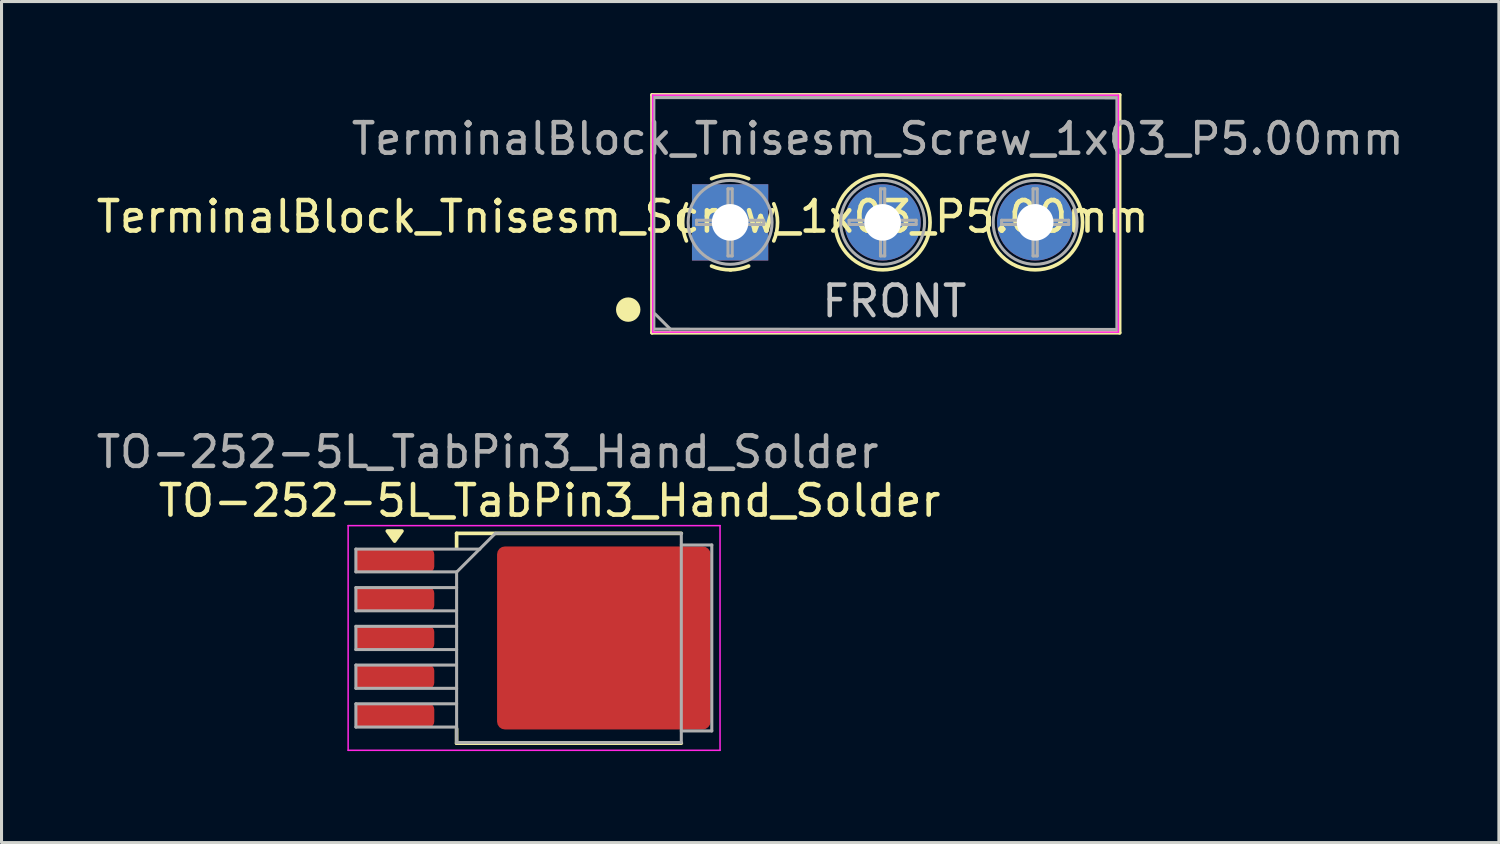
<source format=kicad_pcb>
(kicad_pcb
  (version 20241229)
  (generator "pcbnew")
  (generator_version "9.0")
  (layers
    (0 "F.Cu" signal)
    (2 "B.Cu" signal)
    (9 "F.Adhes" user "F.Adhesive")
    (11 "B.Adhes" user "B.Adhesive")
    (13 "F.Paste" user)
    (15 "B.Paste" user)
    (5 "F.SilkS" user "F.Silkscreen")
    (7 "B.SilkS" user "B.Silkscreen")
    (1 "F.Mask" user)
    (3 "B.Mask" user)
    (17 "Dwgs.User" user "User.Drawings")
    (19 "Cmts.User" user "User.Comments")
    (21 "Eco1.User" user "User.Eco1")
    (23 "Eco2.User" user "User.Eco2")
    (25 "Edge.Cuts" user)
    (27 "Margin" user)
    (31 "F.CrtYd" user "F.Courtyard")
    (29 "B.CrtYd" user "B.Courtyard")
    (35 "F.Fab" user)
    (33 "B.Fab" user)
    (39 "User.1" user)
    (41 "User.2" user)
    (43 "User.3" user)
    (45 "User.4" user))
  (footprint "TerminalBlock_Tnisesm_Screw_1x03_P5.00mm"
    (layer "F.Cu")
    (at 20.885 4.24)
    (property "Reference" "TerminalBlock_Tnisesm_Screw_1x03_P5.00mm" (at -3.522 -0.187 180) (layer "F.SilkS") (effects (font (size 1 1) (thickness 0.15))))
    (attr through_hole)
    (fp_line (start -2.56 -4.18) (end -2.56 3.62) (stroke (width 0.12) (type solid)) (layer "F.SilkS"))
    (fp_line (start -2.56 -4.18) (end 12.77 -4.18) (stroke (width 0.12) (type solid)) (layer "F.SilkS"))
    (fp_line (start -2.56 3.62) (end 12.77 3.62) (stroke (width 0.12) (type solid)) (layer "F.SilkS"))
    (fp_line (start 12.77 -4.18) (end 12.77 3.62) (stroke (width 0.12) (type solid)) (layer "F.SilkS"))
    (fp_arc (start -1.432108 0.607742) (mid -1.555724 -0.00014) (end -1.432 -0.608) (stroke (width 0.12) (type solid)) (layer "F.SilkS"))
    (fp_arc (start -0.607742 -1.432108) (mid 0.00014 -1.555726) (end 0.608 -1.432) (stroke (width 0.12) (type solid)) (layer "F.SilkS"))
    (fp_arc (start 0.027011 1.555493) (mid -0.296984 1.527118) (end -0.608 1.432) (stroke (width 0.12) (type solid)) (layer "F.SilkS"))
    (fp_arc (start 0.607587 1.431385) (mid 0.310017 1.523783) (end 0 1.555) (stroke (width 0.12) (type solid)) (layer "F.SilkS"))
    (fp_arc (start 1.432108 -0.607742) (mid 1.555726 0.00014) (end 1.432 0.608) (stroke (width 0.12) (type solid)) (layer "F.SilkS"))
    (fp_circle (center -3.34 2.86) (end -3.14 2.86) (stroke (width 0.4) (type solid)) (fill no) (layer "F.SilkS"))
    (fp_circle (center 5 0) (end 6.555 0) (stroke (width 0.12) (type solid)) (fill no) (layer "F.SilkS"))
    (fp_circle (center 10 0) (end 11.555 0) (stroke (width 0.12) (type solid)) (fill no) (layer "F.SilkS"))
    (fp_line (start -2.54 -4.17) (end -2.54 3.6) (stroke (width 0.05) (type solid)) (layer "F.CrtYd"))
    (fp_line (start -2.54 3.6) (end 12.73 3.6) (stroke (width 0.05) (type solid)) (layer "F.CrtYd"))
    (fp_line (start 12.73 -4.17) (end -2.54 -4.17) (stroke (width 0.05) (type solid)) (layer "F.CrtYd"))
    (fp_line (start 12.73 3.6) (end 12.73 -4.17) (stroke (width 0.05) (type solid)) (layer "F.CrtYd"))
    (fp_line (start -2.5 -4.09) (end 12.68 -4.08) (stroke (width 0.1) (type solid)) (layer "F.Fab"))
    (fp_line (start -2.5 3.5) (end -2.5 -4.09) (stroke (width 0.1) (type solid)) (layer "F.Fab"))
    (fp_line (start -2.5 3.5) (end 12.68 3.51) (stroke (width 0.1) (type solid)) (layer "F.Fab"))
    (fp_line (start -1.96 3.5) (end -2.46 3) (stroke (width 0.1) (type solid)) (layer "F.Fab"))
    (fp_line (start -1.1 -0.069) (end -0.069 -0.069) (stroke (width 0.1) (type solid)) (layer "F.Fab"))
    (fp_line (start -1.1 0.069) (end -1.1 -0.069) (stroke (width 0.1) (type solid)) (layer "F.Fab"))
    (fp_line (start -0.069 -1.1) (end 0.069 -1.1) (stroke (width 0.1) (type solid)) (layer "F.Fab"))
    (fp_line (start -0.069 -0.069) (end -0.069 -1.1) (stroke (width 0.1) (type solid)) (layer "F.Fab"))
    (fp_line (start -0.069 0.069) (end -1.1 0.069) (stroke (width 0.1) (type solid)) (layer "F.Fab"))
    (fp_line (start -0.069 1.1) (end -0.069 0.069) (stroke (width 0.1) (type solid)) (layer "F.Fab"))
    (fp_line (start 0.069 -1.1) (end 0.069 -0.069) (stroke (width 0.1) (type solid)) (layer "F.Fab"))
    (fp_line (start 0.069 -0.069) (end 1.1 -0.069) (stroke (width 0.1) (type solid)) (layer "F.Fab"))
    (fp_line (start 0.069 0.069) (end 0.069 1.1) (stroke (width 0.1) (type solid)) (layer "F.Fab"))
    (fp_line (start 0.069 1.1) (end -0.069 1.1) (stroke (width 0.1) (type solid)) (layer "F.Fab"))
    (fp_line (start 1.1 -0.069) (end 1.1 0.069) (stroke (width 0.1) (type solid)) (layer "F.Fab"))
    (fp_line (start 1.1 0.069) (end 0.069 0.069) (stroke (width 0.1) (type solid)) (layer "F.Fab"))
    (fp_line (start 3.9 -0.069) (end 4.931 -0.069) (stroke (width 0.1) (type solid)) (layer "F.Fab"))
    (fp_line (start 3.9 0.069) (end 3.9 -0.069) (stroke (width 0.1) (type solid)) (layer "F.Fab"))
    (fp_line (start 4.931 -1.1) (end 5.069 -1.1) (stroke (width 0.1) (type solid)) (layer "F.Fab"))
    (fp_line (start 4.931 -0.069) (end 4.931 -1.1) (stroke (width 0.1) (type solid)) (layer "F.Fab"))
    (fp_line (start 4.931 0.069) (end 3.9 0.069) (stroke (width 0.1) (type solid)) (layer "F.Fab"))
    (fp_line (start 4.931 1.1) (end 4.931 0.069) (stroke (width 0.1) (type solid)) (layer "F.Fab"))
    (fp_line (start 5.069 -1.1) (end 5.069 -0.069) (stroke (width 0.1) (type solid)) (layer "F.Fab"))
    (fp_line (start 5.069 -0.069) (end 6.1 -0.069) (stroke (width 0.1) (type solid)) (layer "F.Fab"))
    (fp_line (start 5.069 0.069) (end 5.069 1.1) (stroke (width 0.1) (type solid)) (layer "F.Fab"))
    (fp_line (start 5.069 1.1) (end 4.931 1.1) (stroke (width 0.1) (type solid)) (layer "F.Fab"))
    (fp_line (start 6.1 -0.069) (end 6.1 0.069) (stroke (width 0.1) (type solid)) (layer "F.Fab"))
    (fp_line (start 6.1 0.069) (end 5.069 0.069) (stroke (width 0.1) (type solid)) (layer "F.Fab"))
    (fp_line (start 8.9 -0.069) (end 9.931 -0.069) (stroke (width 0.1) (type solid)) (layer "F.Fab"))
    (fp_line (start 8.9 0.069) (end 8.9 -0.069) (stroke (width 0.1) (type solid)) (layer "F.Fab"))
    (fp_line (start 9.931 -1.1) (end 10.069 -1.1) (stroke (width 0.1) (type solid)) (layer "F.Fab"))
    (fp_line (start 9.931 -0.069) (end 9.931 -1.1) (stroke (width 0.1) (type solid)) (layer "F.Fab"))
    (fp_line (start 9.931 0.069) (end 8.9 0.069) (stroke (width 0.1) (type solid)) (layer "F.Fab"))
    (fp_line (start 9.931 1.1) (end 9.931 0.069) (stroke (width 0.1) (type solid)) (layer "F.Fab"))
    (fp_line (start 10.069 -1.1) (end 10.069 -0.069) (stroke (width 0.1) (type solid)) (layer "F.Fab"))
    (fp_line (start 10.069 -0.069) (end 11.1 -0.069) (stroke (width 0.1) (type solid)) (layer "F.Fab"))
    (fp_line (start 10.069 0.069) (end 10.069 1.1) (stroke (width 0.1) (type solid)) (layer "F.Fab"))
    (fp_line (start 10.069 1.1) (end 9.931 1.1) (stroke (width 0.1) (type solid)) (layer "F.Fab"))
    (fp_line (start 11.1 -0.069) (end 11.1 0.069) (stroke (width 0.1) (type solid)) (layer "F.Fab"))
    (fp_line (start 11.1 0.069) (end 10.069 0.069) (stroke (width 0.1) (type solid)) (layer "F.Fab"))
    (fp_line (start 12.68 -4.08) (end 12.68 3.51) (stroke (width 0.1) (type solid)) (layer "F.Fab"))
    (fp_circle (center 0 0) (end 1.375 0) (stroke (width 0.1) (type solid)) (fill no) (layer "F.Fab"))
    (fp_circle (center 5 0) (end 6.375 0) (stroke (width 0.1) (type solid)) (fill no) (layer "F.Fab"))
    (fp_circle (center 10 0) (end 11.375 0) (stroke (width 0.1) (type solid)) (fill no) (layer "F.Fab"))
    (fp_text user "FRONT" (at 2.93 3.17 0) (unlocked yes) (layer "Dwgs.User") (effects (font (size 1 1) (thickness 0.15)) (justify left bottom)))
    (fp_text user "${REFERENCE}" (at 4.84 -2.74 180) (layer "F.Fab") (effects (font (size 1 1) (thickness 0.15))))
    (pad "1" thru_hole rect (at 0 0) (size 2.5 2.5) (drill 1.2) (layers "*.Cu" "*.Mask"))
    (pad "2" thru_hole circle (at 5 0) (size 2.5 2.5) (drill 1.2) (layers "*.Cu" "*.Mask"))
    (pad "3" thru_hole circle (at 10 0) (size 2.5 2.5) (drill 1.2) (layers "*.Cu" "*.Mask")))
  (footprint "TO-252-5L_TabPin3_Hand_Solder"
    (layer "F.Cu")
    (at 14.967 17.864)
    (property "Reference" "TO-252-5L_TabPin3_Hand_Solder" (at 0 -4.5 0) (layer "F.SilkS") (effects (font (size 1 1) (thickness 0.15))))
    (attr smd)
    (fp_line (start -3.048 -3.429) (end -3.048 -2.959) (stroke (width 0.12) (type solid)) (layer "F.SilkS"))
    (fp_line (start -3.048 3.45) (end -3.048 2.98) (stroke (width 0.12) (type solid)) (layer "F.SilkS"))
    (fp_line (start 4.318 -3.429) (end -3.048 -3.429) (stroke (width 0.12) (type solid)) (layer "F.SilkS"))
    (fp_line (start 4.318 3.45) (end -3.048 3.45) (stroke (width 0.12) (type solid)) (layer "F.SilkS"))
    (fp_poly (pts (xy -5.08 -3.175) (xy -5.32 -3.505) (xy -4.84 -3.505) (xy -5.08 -3.175)) (stroke (width 0.12) (type solid)) (fill yes) (layer "F.SilkS"))
    (fp_line (start -6.604 -3.683) (end -6.604 3.683) (stroke (width 0.05) (type solid)) (layer "F.CrtYd"))
    (fp_line (start -6.604 3.683) (end 5.588 3.683) (stroke (width 0.05) (type solid)) (layer "F.CrtYd"))
    (fp_line (start 5.588 -3.683) (end -6.604 -3.683) (stroke (width 0.05) (type solid)) (layer "F.CrtYd"))
    (fp_line (start 5.588 3.683) (end 5.588 -3.683) (stroke (width 0.05) (type solid)) (layer "F.CrtYd"))
    (fp_line (start -6.35 -2.913) (end -6.35 -2.167) (stroke (width 0.1) (type solid)) (layer "F.Fab"))
    (fp_line (start -6.35 -2.913) (end -2.286 -2.913) (stroke (width 0.1) (type default)) (layer "F.Fab"))
    (fp_line (start -6.35 -2.167) (end -3.048 -2.167) (stroke (width 0.1) (type default)) (layer "F.Fab"))
    (fp_line (start -6.35 -1.651) (end -6.35 -0.889) (stroke (width 0.1) (type solid)) (layer "F.Fab"))
    (fp_line (start -6.35 -0.889) (end -3.048 -0.889) (stroke (width 0.1) (type solid)) (layer "F.Fab"))
    (fp_line (start -6.35 -0.381) (end -6.35 0.381) (stroke (width 0.1) (type solid)) (layer "F.Fab"))
    (fp_line (start -6.35 0.381) (end -3.048 0.381) (stroke (width 0.1) (type solid)) (layer "F.Fab"))
    (fp_line (start -6.35 0.889) (end -6.35 1.651) (stroke (width 0.1) (type solid)) (layer "F.Fab"))
    (fp_line (start -6.35 1.651) (end -3.048 1.651) (stroke (width 0.1) (type solid)) (layer "F.Fab"))
    (fp_line (start -6.35 2.159) (end -6.35 2.921) (stroke (width 0.1) (type solid)) (layer "F.Fab"))
    (fp_line (start -6.35 2.921) (end -3.048 2.921) (stroke (width 0.1) (type solid)) (layer "F.Fab"))
    (fp_line (start -3.095 0.889) (end -6.35 0.889) (stroke (width 0.1) (type solid)) (layer "F.Fab"))
    (fp_line (start -3.048 -1.651) (end -6.35 -1.651) (stroke (width 0.1) (type solid)) (layer "F.Fab"))
    (fp_line (start -3.048 -0.381) (end -6.35 -0.381) (stroke (width 0.1) (type solid)) (layer "F.Fab"))
    (fp_line (start -3.048 2.159) (end -6.35 2.159) (stroke (width 0.1) (type solid)) (layer "F.Fab"))
    (fp_line (start -3.048 3.429) (end -3.048 -2.159) (stroke (width 0.1) (type solid)) (layer "F.Fab"))
    (fp_line (start -3.041 -2.166) (end -1.778 -3.429) (stroke (width 0.1) (type solid)) (layer "F.Fab"))
    (fp_line (start -1.778 -3.429) (end 4.318 -3.429) (stroke (width 0.1) (type solid)) (layer "F.Fab"))
    (fp_line (start 4.318 -3.429) (end 4.318 3.429) (stroke (width 0.1) (type solid)) (layer "F.Fab"))
    (fp_line (start 4.318 -3.048) (end 5.318 -3.048) (stroke (width 0.1) (type solid)) (layer "F.Fab"))
    (fp_line (start 4.318 3.429) (end -3.048 3.429) (stroke (width 0.1) (type solid)) (layer "F.Fab"))
    (fp_line (start 5.318 -3.048) (end 5.318 3.048) (stroke (width 0.1) (type solid)) (layer "F.Fab"))
    (fp_line (start 5.318 3.048) (end 4.318 3.048) (stroke (width 0.1) (type solid)) (layer "F.Fab"))
    (fp_text user "${REFERENCE}" (at -2.032 -6.096 0) (layer "F.Fab") (effects (font (size 1 1) (thickness 0.15))))
    (pad "1" smd roundrect (at -5.08 -2.54) (size 2.6 0.8) (layers "F.Cu" "F.Mask" "F.Paste") (roundrect_rratio 0.25))
    (pad "2" smd roundrect (at -5.08 -1.27) (size 2.6 0.8) (layers "F.Cu" "F.Mask" "F.Paste") (roundrect_rratio 0.25))
    (pad "3" smd roundrect (at -5.08 0) (size 2.6 0.8) (layers "F.Cu" "F.Mask" "F.Paste") (roundrect_rratio 0.25))
    (pad "3" smd roundrect (at 1.778 0) (size 7 6) (layers "F.Cu" "F.Mask") (roundrect_rratio 0.043))
    (pad "4" smd roundrect (at -5.08 1.27) (size 2.6 0.8) (layers "F.Cu" "F.Mask" "F.Paste") (roundrect_rratio 0.25))
    (pad "5" smd roundrect (at -5.08 2.54) (size 2.6 0.8) (layers "F.Cu" "F.Mask" "F.Paste") (roundrect_rratio 0.25)))
  (gr_rect
    (start -3 -3)
    (end 46.088 24.572)
    (stroke (width 0.1) (type default))
    (fill no)
    (layer "Edge.Cuts")))
</source>
